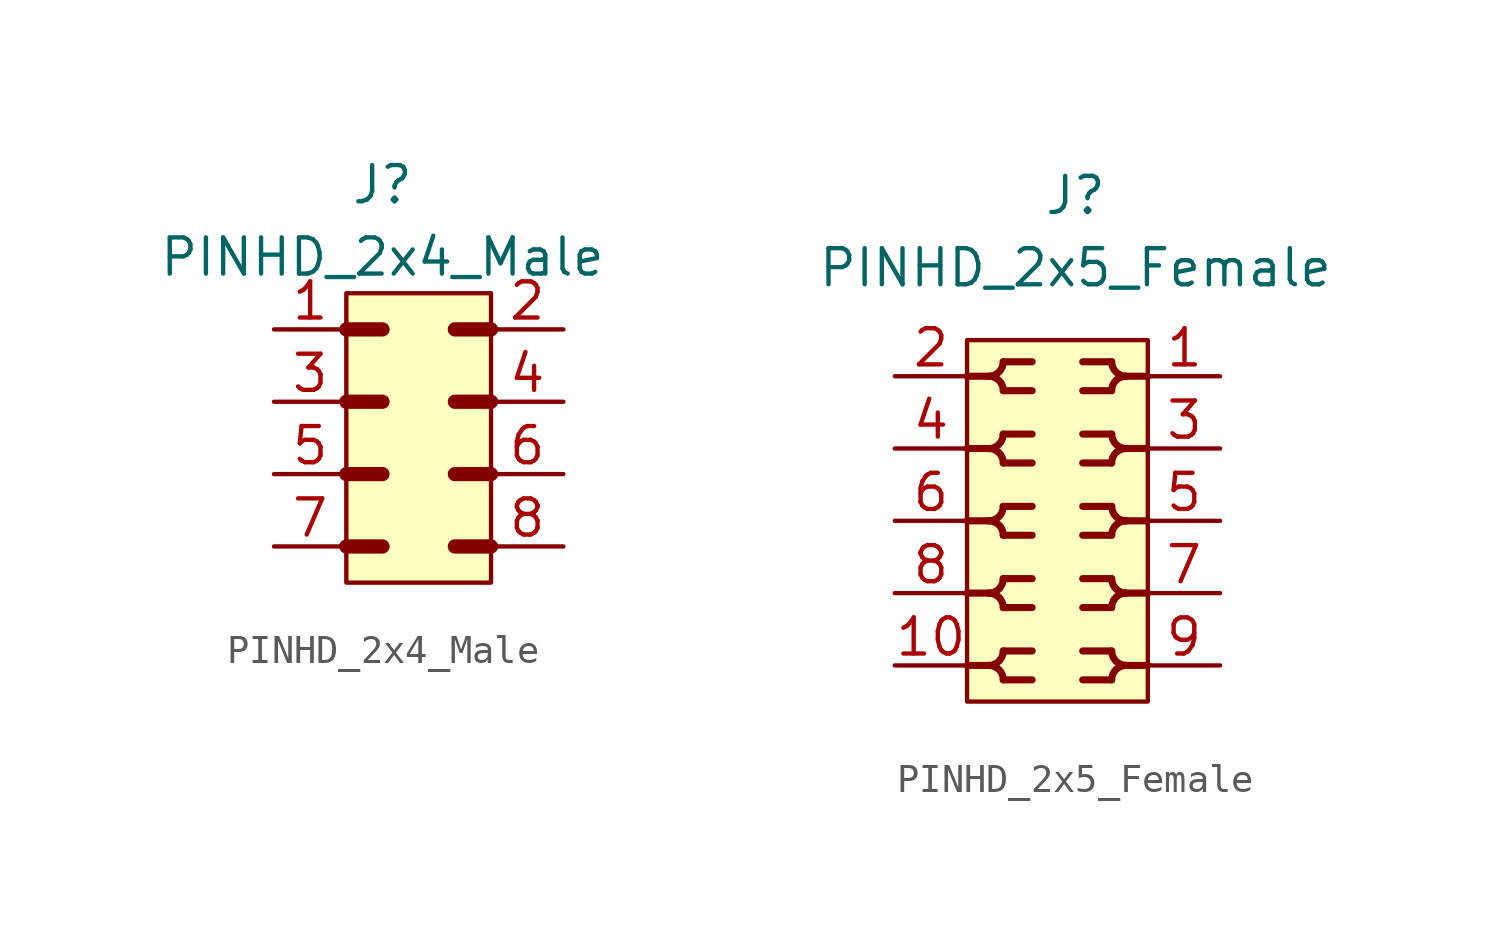
<source format=kicad_sym>
(kicad_symbol_lib
  (version 20211014)
  (generator kicad_symbol_editor)
  (symbol "PINHD_2x4_Male"
    (property "Reference" "J"
      (at -1.27 8.89 0)
      (effects (font (size 1.27 1.27))))
    (property "Value" "PINHD_2x4_Male"
      (at -1.27 6.35 0)
      (effects (font (size 1.27 1.27))))
    (symbol "PINHD_2x4_Male_0_1"
      (rectangle (start -2.54 5.08) (end 2.54 -5.08) (stroke (width 0) (type default) (color 0 0 0 0)) (fill (type background)))
      (polyline (pts (xy -2.54 -3.81) (xy -1.27 -3.81)) (stroke (width 0.5) (type default) (color 0 0 0 0)) (fill (type none)))
      (polyline (pts (xy -2.54 -1.27) (xy -1.27 -1.27)) (stroke (width 0.5) (type default) (color 0 0 0 0)) (fill (type none)))
      (polyline (pts (xy -2.54 1.27) (xy -1.27 1.27)) (stroke (width 0.3) (type default) (color 0 0 0 0)) (fill (type none)))
      (polyline (pts (xy -2.54 1.27) (xy -1.27 1.27)) (stroke (width 0.5) (type default) (color 0 0 0 0)) (fill (type none)))
      (polyline (pts (xy -2.54 3.81) (xy -1.27 3.81)) (stroke (width 0.5) (type default) (color 0 0 0 0)) (fill (type none)))
      (polyline (pts (xy 1.27 -3.81) (xy 2.54 -3.81)) (stroke (width 0.5) (type default) (color 0 0 0 0)) (fill (type none)))
      (polyline (pts (xy 1.27 -1.27) (xy 2.54 -1.27)) (stroke (width 0.5) (type default) (color 0 0 0 0)) (fill (type none)))
      (polyline (pts (xy 1.27 1.27) (xy 2.54 1.27)) (stroke (width 0.5) (type default) (color 0 0 0 0)) (fill (type none)))
      (polyline (pts (xy 1.27 3.81) (xy 2.54 3.81)) (stroke (width 0.5) (type default) (color 0 0 0 0)) (fill (type none))))
    (symbol "PINHD_2x4_Male_1_1"
      (pin passive line (at -5.08 3.81 0) (length 2.54) (name "" (effects (font (size 1.27 1.27)))) (number "1" (effects (font (size 1.27 1.27)))))
      (pin passive line (at 5.08 3.81 180) (length 2.54) (name "" (effects (font (size 1.27 1.27)))) (number "2" (effects (font (size 1.27 1.27)))))
      (pin passive line (at -5.08 1.27 0) (length 2.54) (name "" (effects (font (size 1.27 1.27)))) (number "3" (effects (font (size 1.27 1.27)))))
      (pin passive line (at 5.08 1.27 180) (length 2.54) (name "" (effects (font (size 1.27 1.27)))) (number "4" (effects (font (size 1.27 1.27)))))
      (pin passive line (at -5.08 -1.27 0) (length 2.54) (name "" (effects (font (size 1.27 1.27)))) (number "5" (effects (font (size 1.27 1.27)))))
      (pin passive line (at 5.08 -1.27 180) (length 2.54) (name "" (effects (font (size 1.27 1.27)))) (number "6" (effects (font (size 1.27 1.27)))))
      (pin passive line (at -5.08 -3.81 0) (length 2.54) (name "" (effects (font (size 1.27 1.27)))) (number "7" (effects (font (size 1.27 1.27)))))
      (pin passive line (at 5.08 -3.81 180) (length 2.54) (name "" (effects (font (size 1.27 1.27)))) (number "8" (effects (font (size 1.27 1.27)))))))
  (symbol "PINHD_2x5_Female"
    (property "Reference" "J"
      (at 0 11.43 0)
      (effects (font (size 1.27 1.27))))
    (property "Value" "PINHD_2x5_Female"
      (at 0 8.89 0)
      (effects (font (size 1.27 1.27))))
    (symbol "PINHD_2x5_Female_0_1"
      (rectangle (start -3.81 6.35) (end 2.54 -6.35) (stroke (width 0) (type default) (color 0 0 0 0)) (fill (type background)))
      (arc (start -3.048 -5.08) (mid -2.1808 -5.4392) (end -2.54 -4.572) (stroke (width 0.25) (type default) (color 0 0 0 0)) (fill (type none)))
      (arc (start -3.048 -2.54) (mid -2.1808 -2.8992) (end -2.54 -2.032) (stroke (width 0.25) (type default) (color 0 0 0 0)) (fill (type none)))
      (arc (start -3.048 0) (mid -2.1808 -0.3592) (end -2.54 0.508) (stroke (width 0.25) (type default) (color 0 0 0 0)) (fill (type none)))
      (arc (start -3.048 2.54) (mid -2.1808 2.1808) (end -2.54 3.048) (stroke (width 0.25) (type default) (color 0 0 0 0)) (fill (type none)))
      (arc (start -3.048 5.08) (mid -2.1808 4.7208) (end -2.54 5.588) (stroke (width 0.25) (type default) (color 0 0 0 0)) (fill (type none)))
      (arc (start -2.54 -5.588) (mid -2.1808 -4.7208) (end -3.048 -5.08) (stroke (width 0.25) (type default) (color 0 0 0 0)) (fill (type none)))
      (arc (start -2.54 -3.048) (mid -2.1808 -2.1808) (end -3.048 -2.54) (stroke (width 0.25) (type default) (color 0 0 0 0)) (fill (type none)))
      (arc (start -2.54 -0.508) (mid -2.1808 0.3592) (end -3.048 0) (stroke (width 0.25) (type default) (color 0 0 0 0)) (fill (type none)))
      (arc (start -2.54 2.032) (mid -2.1808 2.8992) (end -3.048 2.54) (stroke (width 0.25) (type default) (color 0 0 0 0)) (fill (type none)))
      (arc (start -2.54 4.572) (mid -2.1808 5.4392) (end -3.048 5.08) (stroke (width 0.25) (type default) (color 0 0 0 0)) (fill (type none)))
      (polyline (pts (xy -3.81 -5.08) (xy -3.048 -5.08)) (stroke (width 0.25) (type default) (color 0 0 0 0)) (fill (type none)))
      (polyline (pts (xy -3.81 -2.54) (xy -3.048 -2.54)) (stroke (width 0.25) (type default) (color 0 0 0 0)) (fill (type none)))
      (polyline (pts (xy -3.81 0) (xy -3.048 0)) (stroke (width 0.25) (type default) (color 0 0 0 0)) (fill (type none)))
      (polyline (pts (xy -3.81 2.54) (xy -3.048 2.54)) (stroke (width 0.25) (type default) (color 0 0 0 0)) (fill (type none)))
      (polyline (pts (xy -3.81 5.08) (xy -3.048 5.08)) (stroke (width 0.25) (type default) (color 0 0 0 0)) (fill (type none)))
      (polyline (pts (xy -2.54 -5.588) (xy -1.524 -5.588)) (stroke (width 0.25) (type default) (color 0 0 0 0)) (fill (type none)))
      (polyline (pts (xy -2.54 -4.572) (xy -1.524 -4.572)) (stroke (width 0.25) (type default) (color 0 0 0 0)) (fill (type none)))
      (polyline (pts (xy -2.54 -3.048) (xy -1.524 -3.048)) (stroke (width 0.25) (type default) (color 0 0 0 0)) (fill (type none)))
      (polyline (pts (xy -2.54 -2.032) (xy -1.524 -2.032)) (stroke (width 0.25) (type default) (color 0 0 0 0)) (fill (type none)))
      (polyline (pts (xy -2.54 -0.508) (xy -1.524 -0.508)) (stroke (width 0.25) (type default) (color 0 0 0 0)) (fill (type none)))
      (polyline (pts (xy -2.54 0.508) (xy -1.524 0.508)) (stroke (width 0.25) (type default) (color 0 0 0 0)) (fill (type none)))
      (polyline (pts (xy -2.54 2.032) (xy -1.524 2.032)) (stroke (width 0.25) (type default) (color 0 0 0 0)) (fill (type none)))
      (polyline (pts (xy -2.54 3.048) (xy -1.524 3.048)) (stroke (width 0.25) (type default) (color 0 0 0 0)) (fill (type none)))
      (polyline (pts (xy -2.54 4.572) (xy -1.524 4.572)) (stroke (width 0.25) (type default) (color 0 0 0 0)) (fill (type none)))
      (polyline (pts (xy -2.54 5.588) (xy -1.524 5.588)) (stroke (width 0.25) (type default) (color 0 0 0 0)) (fill (type none)))
      (polyline (pts (xy 1.27 -5.588) (xy 0.254 -5.588)) (stroke (width 0.25) (type default) (color 0 0 0 0)) (fill (type none)))
      (polyline (pts (xy 1.27 -4.572) (xy 0.254 -4.572)) (stroke (width 0.25) (type default) (color 0 0 0 0)) (fill (type none)))
      (polyline (pts (xy 1.27 -3.048) (xy 0.254 -3.048)) (stroke (width 0.25) (type default) (color 0 0 0 0)) (fill (type none)))
      (polyline (pts (xy 1.27 -2.032) (xy 0.254 -2.032)) (stroke (width 0.25) (type default) (color 0 0 0 0)) (fill (type none)))
      (polyline (pts (xy 1.27 -0.508) (xy 0.254 -0.508)) (stroke (width 0.25) (type default) (color 0 0 0 0)) (fill (type none)))
      (polyline (pts (xy 1.27 0.508) (xy 0.254 0.508)) (stroke (width 0.25) (type default) (color 0 0 0 0)) (fill (type none)))
      (polyline (pts (xy 1.27 2.032) (xy 0.254 2.032)) (stroke (width 0.25) (type default) (color 0 0 0 0)) (fill (type none)))
      (polyline (pts (xy 1.27 3.048) (xy 0.254 3.048)) (stroke (width 0.25) (type default) (color 0 0 0 0)) (fill (type none)))
      (polyline (pts (xy 1.27 4.572) (xy 0.254 4.572)) (stroke (width 0.25) (type default) (color 0 0 0 0)) (fill (type none)))
      (polyline (pts (xy 1.27 5.588) (xy 0.254 5.588)) (stroke (width 0.25) (type default) (color 0 0 0 0)) (fill (type none)))
      (polyline (pts (xy 2.54 -5.08) (xy 1.778 -5.08)) (stroke (width 0.25) (type default) (color 0 0 0 0)) (fill (type none)))
      (polyline (pts (xy 2.54 -2.54) (xy 1.778 -2.54)) (stroke (width 0.25) (type default) (color 0 0 0 0)) (fill (type none)))
      (polyline (pts (xy 2.54 0) (xy 1.778 0)) (stroke (width 0.25) (type default) (color 0 0 0 0)) (fill (type none)))
      (polyline (pts (xy 2.54 2.54) (xy 1.778 2.54)) (stroke (width 0.25) (type default) (color 0 0 0 0)) (fill (type none)))
      (polyline (pts (xy 2.54 5.08) (xy 1.778 5.08)) (stroke (width 0.25) (type default) (color 0 0 0 0)) (fill (type none)))
      (arc (start 1.27 -4.572) (mid 0.9108 -5.4392) (end 1.778 -5.08) (stroke (width 0.25) (type default) (color 0 0 0 0)) (fill (type none)))
      (arc (start 1.27 -2.032) (mid 0.9108 -2.8992) (end 1.778 -2.54) (stroke (width 0.25) (type default) (color 0 0 0 0)) (fill (type none)))
      (arc (start 1.27 0.508) (mid 0.9108 -0.3592) (end 1.778 0) (stroke (width 0.25) (type default) (color 0 0 0 0)) (fill (type none)))
      (arc (start 1.27 3.048) (mid 0.9108 2.1808) (end 1.778 2.54) (stroke (width 0.25) (type default) (color 0 0 0 0)) (fill (type none)))
      (arc (start 1.27 5.588) (mid 0.9108 4.7208) (end 1.778 5.08) (stroke (width 0.25) (type default) (color 0 0 0 0)) (fill (type none)))
      (arc (start 1.778 -5.08) (mid 0.9108 -4.7208) (end 1.27 -5.588) (stroke (width 0.25) (type default) (color 0 0 0 0)) (fill (type none)))
      (arc (start 1.778 -2.54) (mid 0.9108 -2.1808) (end 1.27 -3.048) (stroke (width 0.25) (type default) (color 0 0 0 0)) (fill (type none)))
      (arc (start 1.778 0) (mid 0.9108 0.3592) (end 1.27 -0.508) (stroke (width 0.25) (type default) (color 0 0 0 0)) (fill (type none)))
      (arc (start 1.778 2.54) (mid 0.9108 2.8992) (end 1.27 2.032) (stroke (width 0.25) (type default) (color 0 0 0 0)) (fill (type none)))
      (arc (start 1.778 5.08) (mid 0.9108 5.4392) (end 1.27 4.572) (stroke (width 0.25) (type default) (color 0 0 0 0)) (fill (type none))))
    (symbol "PINHD_2x5_Female_1_1"
      (pin passive line (at 5.08 5.08 180) (length 2.5) (name "" (effects (font (size 0 0)))) (number "1" (effects (font (size 1.27 1.27)))))
      (pin passive line (at -6.35 -5.08 0) (length 2.54) (name "" (effects (font (size 1.27 1.27)))) (number "10" (effects (font (size 1.27 1.27)))))
      (pin passive line (at -6.35 5.08 0) (length 2.54) (name "" (effects (font (size 1.27 1.27)))) (number "2" (effects (font (size 1.27 1.27)))))
      (pin passive line (at 5.08 2.54 180) (length 2.5) (name "" (effects (font (size 0 0)))) (number "3" (effects (font (size 1.27 1.27)))))
      (pin passive line (at -6.35 2.54 0) (length 2.54) (name "" (effects (font (size 1.27 1.27)))) (number "4" (effects (font (size 1.27 1.27)))))
      (pin passive line (at 5.08 0 180) (length 2.54) (name "" (effects (font (size 1.27 1.27)))) (number "5" (effects (font (size 1.27 1.27)))))
      (pin passive line (at -6.35 0 0) (length 2.54) (name "" (effects (font (size 1.27 1.27)))) (number "6" (effects (font (size 1.27 1.27)))))
      (pin passive line (at 5.08 -2.54 180) (length 2.54) (name "" (effects (font (size 1.27 1.27)))) (number "7" (effects (font (size 1.27 1.27)))))
      (pin passive line (at -6.35 -2.54 0) (length 2.54) (name "" (effects (font (size 1.27 1.27)))) (number "8" (effects (font (size 1.27 1.27)))))
      (pin passive line (at 5.08 -5.08 180) (length 2.54) (name "" (effects (font (size 1.27 1.27)))) (number "9" (effects (font (size 1.27 1.27))))))))
</source>
